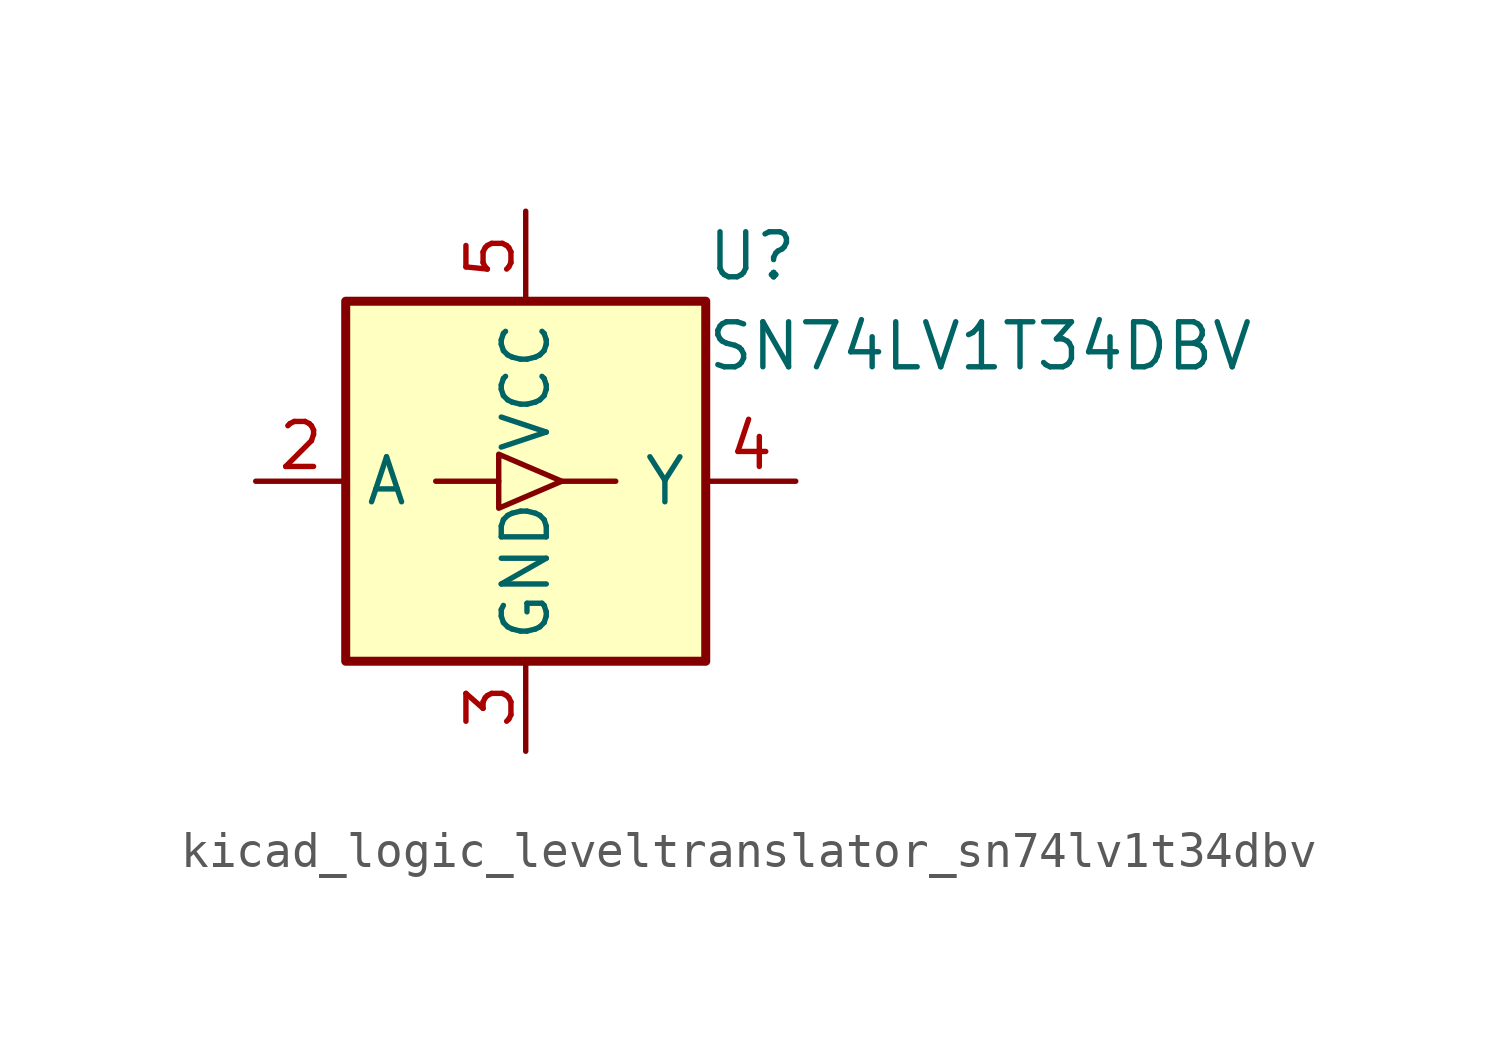
<source format=kicad_sym>
(kicad_symbol_lib
  (version 20220914)
  (generator kicad_symbol_editor)
  (symbol "kicad_logic_leveltranslator_sn74lv1t34dbv"
    (property "Reference" "U"
      (at 5.08 6.35 0)
      (effects (font (size 1.27 1.27)) (justify left)))
    (property "Value" "SN74LV1T34DBV"
      (at 5.08 3.81 0)
      (effects (font (size 1.27 1.27)) (justify left)))
    (symbol "kicad_logic_leveltranslator_sn74lv1t34dbv_0_1"
      (rectangle (start -5.08 5.08) (end 5.08 -5.08) (stroke (width 0.254) (type default)) (fill (type background)))
      (polyline (pts (xy -0.762 0) (xy -2.54 0)) (stroke (width 0) (type default)) (fill (type none)))
      (polyline (pts (xy 1.016 0) (xy 2.54 0)) (stroke (width 0) (type default)) (fill (type none))))
    (symbol "kicad_logic_leveltranslator_sn74lv1t34dbv_1_1"
      (polyline (pts (xy -0.762 -0.762) (xy -0.762 0.762) (xy 1.016 0) (xy -0.762 -0.762)) (stroke (width 0) (type default)) (fill (type none)))
      (pin no_connect line (at -5.08 2.54 0) (length 2.54) hide (name "NC" (effects (font (size 1.27 1.27)))) (number "1" (effects (font (size 1.27 1.27)))))
      (pin input line (at -7.62 0 0) (length 2.54) (name "A" (effects (font (size 1.27 1.27)))) (number "2" (effects (font (size 1.27 1.27)))))
      (pin power_in line (at 0 -7.62 90) (length 2.54) (name "GND" (effects (font (size 1.27 1.27)))) (number "3" (effects (font (size 1.27 1.27)))))
      (pin output line (at 7.62 0 180) (length 2.54) (name "Y" (effects (font (size 1.27 1.27)))) (number "4" (effects (font (size 1.27 1.27)))))
      (pin power_in line (at 0 7.62 270) (length 2.54) (name "VCC" (effects (font (size 1.27 1.27)))) (number "5" (effects (font (size 1.27 1.27))))))))
</source>
